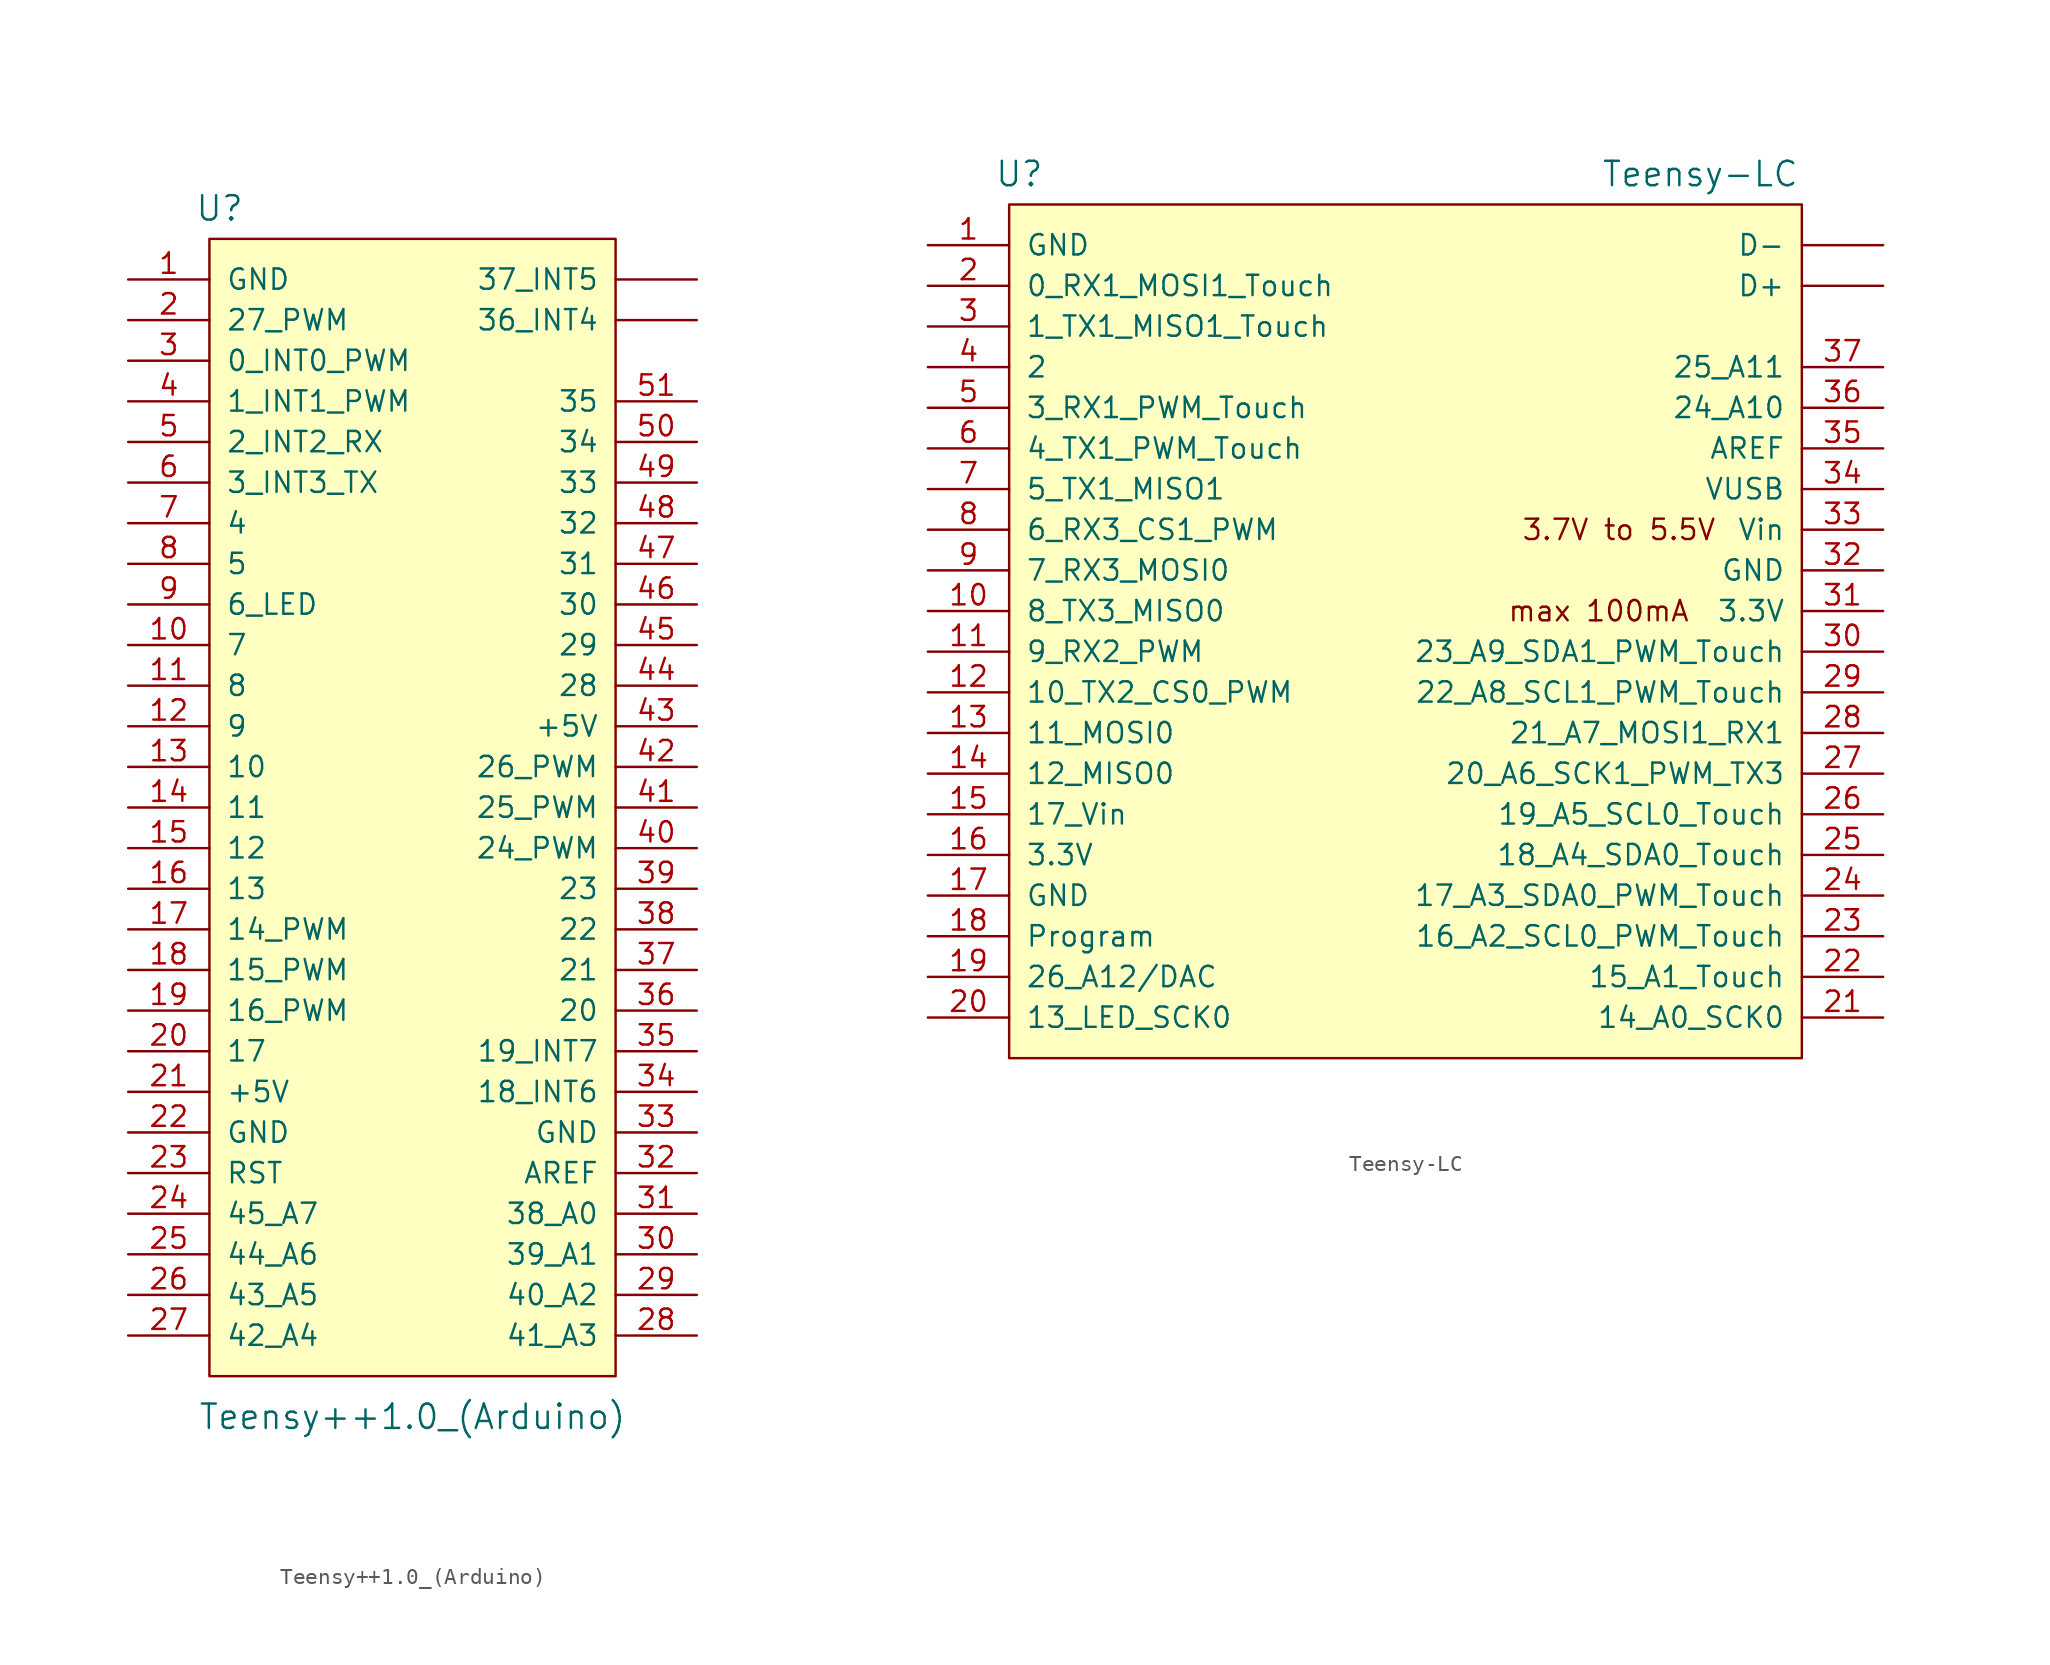
<source format=kicad_sym>
(kicad_symbol_lib
  (version 20211014)
  (generator kicad_symbol_editor)
  (symbol "Teensy++1.0_(Arduino)"
    (pin_names
      (offset 1.016))
    (property "Reference" "U"
      (at -12.065 37.465 0)
      (effects (font (size 1.524 1.524))))
    (property "Value" "Teensy++1.0_(Arduino)"
      (at 0 -38.1 0)
      (effects (font (size 1.524 1.524))))
    (property "Datasheet" ""
      (at 2.54 -20.32 0)
      (effects (font (size 1.524 1.524))))
    (symbol "Teensy++1.0_(Arduino)_0_1"
      (rectangle (start -12.7 35.56) (end 12.7 -35.56) (stroke (width 0) (type default) (color 0 0 0 0)) (fill (type background))))
    (symbol "Teensy++1.0_(Arduino)_1_1"
      (pin power_in line (at -17.78 33.02 0) (length 5.08) (name "GND" (effects (font (size 1.27 1.27)))) (number "1" (effects (font (size 1.27 1.27)))))
      (pin bidirectional line (at -17.78 10.16 0) (length 5.08) (name "7" (effects (font (size 1.27 1.27)))) (number "10" (effects (font (size 1.27 1.27)))))
      (pin bidirectional line (at -17.78 7.62 0) (length 5.08) (name "8" (effects (font (size 1.27 1.27)))) (number "11" (effects (font (size 1.27 1.27)))))
      (pin bidirectional line (at -17.78 5.08 0) (length 5.08) (name "9" (effects (font (size 1.27 1.27)))) (number "12" (effects (font (size 1.27 1.27)))))
      (pin bidirectional line (at -17.78 2.54 0) (length 5.08) (name "10" (effects (font (size 1.27 1.27)))) (number "13" (effects (font (size 1.27 1.27)))))
      (pin bidirectional line (at -17.78 0 0) (length 5.08) (name "11" (effects (font (size 1.27 1.27)))) (number "14" (effects (font (size 1.27 1.27)))))
      (pin bidirectional line (at -17.78 -2.54 0) (length 5.08) (name "12" (effects (font (size 1.27 1.27)))) (number "15" (effects (font (size 1.27 1.27)))))
      (pin bidirectional line (at -17.78 -5.08 0) (length 5.08) (name "13" (effects (font (size 1.27 1.27)))) (number "16" (effects (font (size 1.27 1.27)))))
      (pin bidirectional line (at -17.78 -7.62 0) (length 5.08) (name "14_PWM" (effects (font (size 1.27 1.27)))) (number "17" (effects (font (size 1.27 1.27)))))
      (pin bidirectional line (at -17.78 -10.16 0) (length 5.08) (name "15_PWM" (effects (font (size 1.27 1.27)))) (number "18" (effects (font (size 1.27 1.27)))))
      (pin bidirectional line (at -17.78 -12.7 0) (length 5.08) (name "16_PWM" (effects (font (size 1.27 1.27)))) (number "19" (effects (font (size 1.27 1.27)))))
      (pin bidirectional line (at -17.78 30.48 0) (length 5.08) (name "27_PWM" (effects (font (size 1.27 1.27)))) (number "2" (effects (font (size 1.27 1.27)))))
      (pin bidirectional line (at -17.78 -15.24 0) (length 5.08) (name "17" (effects (font (size 1.27 1.27)))) (number "20" (effects (font (size 1.27 1.27)))))
      (pin power_in line (at -17.78 -17.78 0) (length 5.08) (name "+5V" (effects (font (size 1.27 1.27)))) (number "21" (effects (font (size 1.27 1.27)))))
      (pin power_in line (at -17.78 -20.32 0) (length 5.08) (name "GND" (effects (font (size 1.27 1.27)))) (number "22" (effects (font (size 1.27 1.27)))))
      (pin input line (at -17.78 -22.86 0) (length 5.08) (name "RST" (effects (font (size 1.27 1.27)))) (number "23" (effects (font (size 1.27 1.27)))))
      (pin bidirectional line (at -17.78 -25.4 0) (length 5.08) (name "45_A7" (effects (font (size 1.27 1.27)))) (number "24" (effects (font (size 1.27 1.27)))))
      (pin bidirectional line (at -17.78 -27.94 0) (length 5.08) (name "44_A6" (effects (font (size 1.27 1.27)))) (number "25" (effects (font (size 1.27 1.27)))))
      (pin bidirectional line (at -17.78 -30.48 0) (length 5.08) (name "43_A5" (effects (font (size 1.27 1.27)))) (number "26" (effects (font (size 1.27 1.27)))))
      (pin bidirectional line (at -17.78 -33.02 0) (length 5.08) (name "42_A4" (effects (font (size 1.27 1.27)))) (number "27" (effects (font (size 1.27 1.27)))))
      (pin bidirectional line (at 17.78 -33.02 180) (length 5.08) (name "41_A3" (effects (font (size 1.27 1.27)))) (number "28" (effects (font (size 1.27 1.27)))))
      (pin bidirectional line (at 17.78 -30.48 180) (length 5.08) (name "40_A2" (effects (font (size 1.27 1.27)))) (number "29" (effects (font (size 1.27 1.27)))))
      (pin bidirectional line (at -17.78 27.94 0) (length 5.08) (name "0_INT0_PWM" (effects (font (size 1.27 1.27)))) (number "3" (effects (font (size 1.27 1.27)))))
      (pin bidirectional line (at 17.78 -27.94 180) (length 5.08) (name "39_A1" (effects (font (size 1.27 1.27)))) (number "30" (effects (font (size 1.27 1.27)))))
      (pin bidirectional line (at 17.78 -25.4 180) (length 5.08) (name "38_A0" (effects (font (size 1.27 1.27)))) (number "31" (effects (font (size 1.27 1.27)))))
      (pin input line (at 17.78 -22.86 180) (length 5.08) (name "AREF" (effects (font (size 1.27 1.27)))) (number "32" (effects (font (size 1.27 1.27)))))
      (pin power_in line (at 17.78 -20.32 180) (length 5.08) (name "GND" (effects (font (size 1.27 1.27)))) (number "33" (effects (font (size 1.27 1.27)))))
      (pin bidirectional line (at 17.78 -17.78 180) (length 5.08) (name "18_INT6" (effects (font (size 1.27 1.27)))) (number "34" (effects (font (size 1.27 1.27)))))
      (pin bidirectional line (at 17.78 -15.24 180) (length 5.08) (name "19_INT7" (effects (font (size 1.27 1.27)))) (number "35" (effects (font (size 1.27 1.27)))))
      (pin bidirectional line (at 17.78 -12.7 180) (length 5.08) (name "20" (effects (font (size 1.27 1.27)))) (number "36" (effects (font (size 1.27 1.27)))))
      (pin bidirectional line (at 17.78 -10.16 180) (length 5.08) (name "21" (effects (font (size 1.27 1.27)))) (number "37" (effects (font (size 1.27 1.27)))))
      (pin bidirectional line (at 17.78 -7.62 180) (length 5.08) (name "22" (effects (font (size 1.27 1.27)))) (number "38" (effects (font (size 1.27 1.27)))))
      (pin bidirectional line (at 17.78 -5.08 180) (length 5.08) (name "23" (effects (font (size 1.27 1.27)))) (number "39" (effects (font (size 1.27 1.27)))))
      (pin bidirectional line (at -17.78 25.4 0) (length 5.08) (name "1_INT1_PWM" (effects (font (size 1.27 1.27)))) (number "4" (effects (font (size 1.27 1.27)))))
      (pin bidirectional line (at 17.78 -2.54 180) (length 5.08) (name "24_PWM" (effects (font (size 1.27 1.27)))) (number "40" (effects (font (size 1.27 1.27)))))
      (pin bidirectional line (at 17.78 0 180) (length 5.08) (name "25_PWM" (effects (font (size 1.27 1.27)))) (number "41" (effects (font (size 1.27 1.27)))))
      (pin bidirectional line (at 17.78 2.54 180) (length 5.08) (name "26_PWM" (effects (font (size 1.27 1.27)))) (number "42" (effects (font (size 1.27 1.27)))))
      (pin power_in line (at 17.78 5.08 180) (length 5.08) (name "+5V" (effects (font (size 1.27 1.27)))) (number "43" (effects (font (size 1.27 1.27)))))
      (pin bidirectional line (at 17.78 7.62 180) (length 5.08) (name "28" (effects (font (size 1.27 1.27)))) (number "44" (effects (font (size 1.27 1.27)))))
      (pin bidirectional line (at 17.78 10.16 180) (length 5.08) (name "29" (effects (font (size 1.27 1.27)))) (number "45" (effects (font (size 1.27 1.27)))))
      (pin bidirectional line (at 17.78 12.7 180) (length 5.08) (name "30" (effects (font (size 1.27 1.27)))) (number "46" (effects (font (size 1.27 1.27)))))
      (pin bidirectional line (at 17.78 15.24 180) (length 5.08) (name "31" (effects (font (size 1.27 1.27)))) (number "47" (effects (font (size 1.27 1.27)))))
      (pin bidirectional line (at 17.78 17.78 180) (length 5.08) (name "32" (effects (font (size 1.27 1.27)))) (number "48" (effects (font (size 1.27 1.27)))))
      (pin bidirectional line (at 17.78 20.32 180) (length 5.08) (name "33" (effects (font (size 1.27 1.27)))) (number "49" (effects (font (size 1.27 1.27)))))
      (pin bidirectional line (at -17.78 22.86 0) (length 5.08) (name "2_INT2_RX" (effects (font (size 1.27 1.27)))) (number "5" (effects (font (size 1.27 1.27)))))
      (pin bidirectional line (at 17.78 22.86 180) (length 5.08) (name "34" (effects (font (size 1.27 1.27)))) (number "50" (effects (font (size 1.27 1.27)))))
      (pin bidirectional line (at 17.78 25.4 180) (length 5.08) (name "35" (effects (font (size 1.27 1.27)))) (number "51" (effects (font (size 1.27 1.27)))))
      (pin bidirectional line (at -17.78 20.32 0) (length 5.08) (name "3_INT3_TX" (effects (font (size 1.27 1.27)))) (number "6" (effects (font (size 1.27 1.27)))))
      (pin bidirectional line (at -17.78 17.78 0) (length 5.08) (name "4" (effects (font (size 1.27 1.27)))) (number "7" (effects (font (size 1.27 1.27)))))
      (pin bidirectional line (at -17.78 15.24 0) (length 5.08) (name "5" (effects (font (size 1.27 1.27)))) (number "8" (effects (font (size 1.27 1.27)))))
      (pin bidirectional line (at -17.78 12.7 0) (length 5.08) (name "6_LED" (effects (font (size 1.27 1.27)))) (number "9" (effects (font (size 1.27 1.27)))))
      (pin bidirectional line (at 17.78 30.48 180) (length 5.08) (name "36_INT4" (effects (font (size 1.27 1.27)))) (number "~" (effects (font (size 1.27 1.27)))))
      (pin bidirectional line (at 17.78 33.02 180) (length 5.08) (name "37_INT5" (effects (font (size 1.27 1.27)))) (number "~" (effects (font (size 1.27 1.27)))))))
  (symbol "Teensy-LC"
    (pin_names
      (offset 1.016))
    (property "Reference" "U"
      (at -23.495 28.575 0)
      (effects (font (size 1.524 1.524))))
    (property "Value" "Teensy-LC"
      (at 19.05 28.575 0)
      (effects (font (size 1.524 1.524))))
    (symbol "Teensy-LC_0_0"
      (text "3.7V to 5.5V" (at 13.97 6.35 0) (effects (font (size 1.27 1.27))))
      (text "max 100mA" (at 12.7 1.27 0) (effects (font (size 1.27 1.27)))))
    (symbol "Teensy-LC_0_1"
      (rectangle (start -24.13 26.67) (end 25.4 -26.67) (stroke (width 0) (type default) (color 0 0 0 0)) (fill (type background))))
    (symbol "Teensy-LC_1_1"
      (pin power_in line (at -29.21 24.13 0) (length 5.08) (name "GND" (effects (font (size 1.27 1.27)))) (number "1" (effects (font (size 1.27 1.27)))))
      (pin bidirectional line (at -29.21 1.27 0) (length 5.08) (name "8_TX3_MISO0" (effects (font (size 1.27 1.27)))) (number "10" (effects (font (size 1.27 1.27)))))
      (pin bidirectional line (at -29.21 -1.27 0) (length 5.08) (name "9_RX2_PWM" (effects (font (size 1.27 1.27)))) (number "11" (effects (font (size 1.27 1.27)))))
      (pin bidirectional line (at -29.21 -3.81 0) (length 5.08) (name "10_TX2_CS0_PWM" (effects (font (size 1.27 1.27)))) (number "12" (effects (font (size 1.27 1.27)))))
      (pin bidirectional line (at -29.21 -6.35 0) (length 5.08) (name "11_MOSI0" (effects (font (size 1.27 1.27)))) (number "13" (effects (font (size 1.27 1.27)))))
      (pin bidirectional line (at -29.21 -8.89 0) (length 5.08) (name "12_MISO0" (effects (font (size 1.27 1.27)))) (number "14" (effects (font (size 1.27 1.27)))))
      (pin output line (at -29.21 -11.43 0) (length 5.08) (name "17_Vin" (effects (font (size 1.27 1.27)))) (number "15" (effects (font (size 1.27 1.27)))))
      (pin power_in line (at -29.21 -13.97 0) (length 5.08) (name "3.3V" (effects (font (size 1.27 1.27)))) (number "16" (effects (font (size 1.27 1.27)))))
      (pin power_in line (at -29.21 -16.51 0) (length 5.08) (name "GND" (effects (font (size 1.27 1.27)))) (number "17" (effects (font (size 1.27 1.27)))))
      (pin input line (at -29.21 -19.05 0) (length 5.08) (name "Program" (effects (font (size 1.27 1.27)))) (number "18" (effects (font (size 1.27 1.27)))))
      (pin bidirectional line (at -29.21 -21.59 0) (length 5.08) (name "26_A12/DAC" (effects (font (size 1.27 1.27)))) (number "19" (effects (font (size 1.27 1.27)))))
      (pin bidirectional line (at -29.21 21.59 0) (length 5.08) (name "0_RX1_MOSI1_Touch" (effects (font (size 1.27 1.27)))) (number "2" (effects (font (size 1.27 1.27)))))
      (pin bidirectional line (at -29.21 -24.13 0) (length 5.08) (name "13_LED_SCK0" (effects (font (size 1.27 1.27)))) (number "20" (effects (font (size 1.27 1.27)))))
      (pin bidirectional line (at 30.48 -24.13 180) (length 5.08) (name "14_A0_SCK0" (effects (font (size 1.27 1.27)))) (number "21" (effects (font (size 1.27 1.27)))))
      (pin bidirectional line (at 30.48 -21.59 180) (length 5.08) (name "15_A1_Touch" (effects (font (size 1.27 1.27)))) (number "22" (effects (font (size 1.27 1.27)))))
      (pin bidirectional line (at 30.48 -19.05 180) (length 5.08) (name "16_A2_SCL0_PWM_Touch" (effects (font (size 1.27 1.27)))) (number "23" (effects (font (size 1.27 1.27)))))
      (pin bidirectional line (at 30.48 -16.51 180) (length 5.08) (name "17_A3_SDA0_PWM_Touch" (effects (font (size 1.27 1.27)))) (number "24" (effects (font (size 1.27 1.27)))))
      (pin bidirectional line (at 30.48 -13.97 180) (length 5.08) (name "18_A4_SDA0_Touch" (effects (font (size 1.27 1.27)))) (number "25" (effects (font (size 1.27 1.27)))))
      (pin bidirectional line (at 30.48 -11.43 180) (length 5.08) (name "19_A5_SCL0_Touch" (effects (font (size 1.27 1.27)))) (number "26" (effects (font (size 1.27 1.27)))))
      (pin bidirectional line (at 30.48 -8.89 180) (length 5.08) (name "20_A6_SCK1_PWM_TX3" (effects (font (size 1.27 1.27)))) (number "27" (effects (font (size 1.27 1.27)))))
      (pin bidirectional line (at 30.48 -6.35 180) (length 5.08) (name "21_A7_MOSI1_RX1" (effects (font (size 1.27 1.27)))) (number "28" (effects (font (size 1.27 1.27)))))
      (pin bidirectional line (at 30.48 -3.81 180) (length 5.08) (name "22_A8_SCL1_PWM_Touch" (effects (font (size 1.27 1.27)))) (number "29" (effects (font (size 1.27 1.27)))))
      (pin bidirectional line (at -29.21 19.05 0) (length 5.08) (name "1_TX1_MISO1_Touch" (effects (font (size 1.27 1.27)))) (number "3" (effects (font (size 1.27 1.27)))))
      (pin bidirectional line (at 30.48 -1.27 180) (length 5.08) (name "23_A9_SDA1_PWM_Touch" (effects (font (size 1.27 1.27)))) (number "30" (effects (font (size 1.27 1.27)))))
      (pin power_out line (at 30.48 1.27 180) (length 5.08) (name "3.3V" (effects (font (size 1.27 1.27)))) (number "31" (effects (font (size 1.27 1.27)))))
      (pin power_in line (at 30.48 3.81 180) (length 5.08) (name "GND" (effects (font (size 1.27 1.27)))) (number "32" (effects (font (size 1.27 1.27)))))
      (pin power_in line (at 30.48 6.35 180) (length 5.08) (name "Vin" (effects (font (size 1.27 1.27)))) (number "33" (effects (font (size 1.27 1.27)))))
      (pin power_in line (at 30.48 8.89 180) (length 5.08) (name "VUSB" (effects (font (size 1.27 1.27)))) (number "34" (effects (font (size 1.27 1.27)))))
      (pin input line (at 30.48 11.43 180) (length 5.08) (name "AREF" (effects (font (size 1.27 1.27)))) (number "35" (effects (font (size 1.27 1.27)))))
      (pin bidirectional line (at 30.48 13.97 180) (length 5.08) (name "24_A10" (effects (font (size 1.27 1.27)))) (number "36" (effects (font (size 1.27 1.27)))))
      (pin bidirectional line (at 30.48 16.51 180) (length 5.08) (name "25_A11" (effects (font (size 1.27 1.27)))) (number "37" (effects (font (size 1.27 1.27)))))
      (pin bidirectional line (at -29.21 16.51 0) (length 5.08) (name "2" (effects (font (size 1.27 1.27)))) (number "4" (effects (font (size 1.27 1.27)))))
      (pin bidirectional line (at -29.21 13.97 0) (length 5.08) (name "3_RX1_PWM_Touch" (effects (font (size 1.27 1.27)))) (number "5" (effects (font (size 1.27 1.27)))))
      (pin bidirectional line (at -29.21 11.43 0) (length 5.08) (name "4_TX1_PWM_Touch" (effects (font (size 1.27 1.27)))) (number "6" (effects (font (size 1.27 1.27)))))
      (pin bidirectional line (at -29.21 8.89 0) (length 5.08) (name "5_TX1_MISO1" (effects (font (size 1.27 1.27)))) (number "7" (effects (font (size 1.27 1.27)))))
      (pin bidirectional line (at -29.21 6.35 0) (length 5.08) (name "6_RX3_CS1_PWM" (effects (font (size 1.27 1.27)))) (number "8" (effects (font (size 1.27 1.27)))))
      (pin bidirectional line (at -29.21 3.81 0) (length 5.08) (name "7_RX3_MOSI0" (effects (font (size 1.27 1.27)))) (number "9" (effects (font (size 1.27 1.27)))))
      (pin bidirectional line (at 30.48 21.59 180) (length 5.08) (name "D+" (effects (font (size 1.27 1.27)))) (number "~" (effects (font (size 1.27 1.27)))))
      (pin bidirectional line (at 30.48 24.13 180) (length 5.08) (name "D-" (effects (font (size 1.27 1.27)))) (number "~" (effects (font (size 1.27 1.27))))))))
</source>
